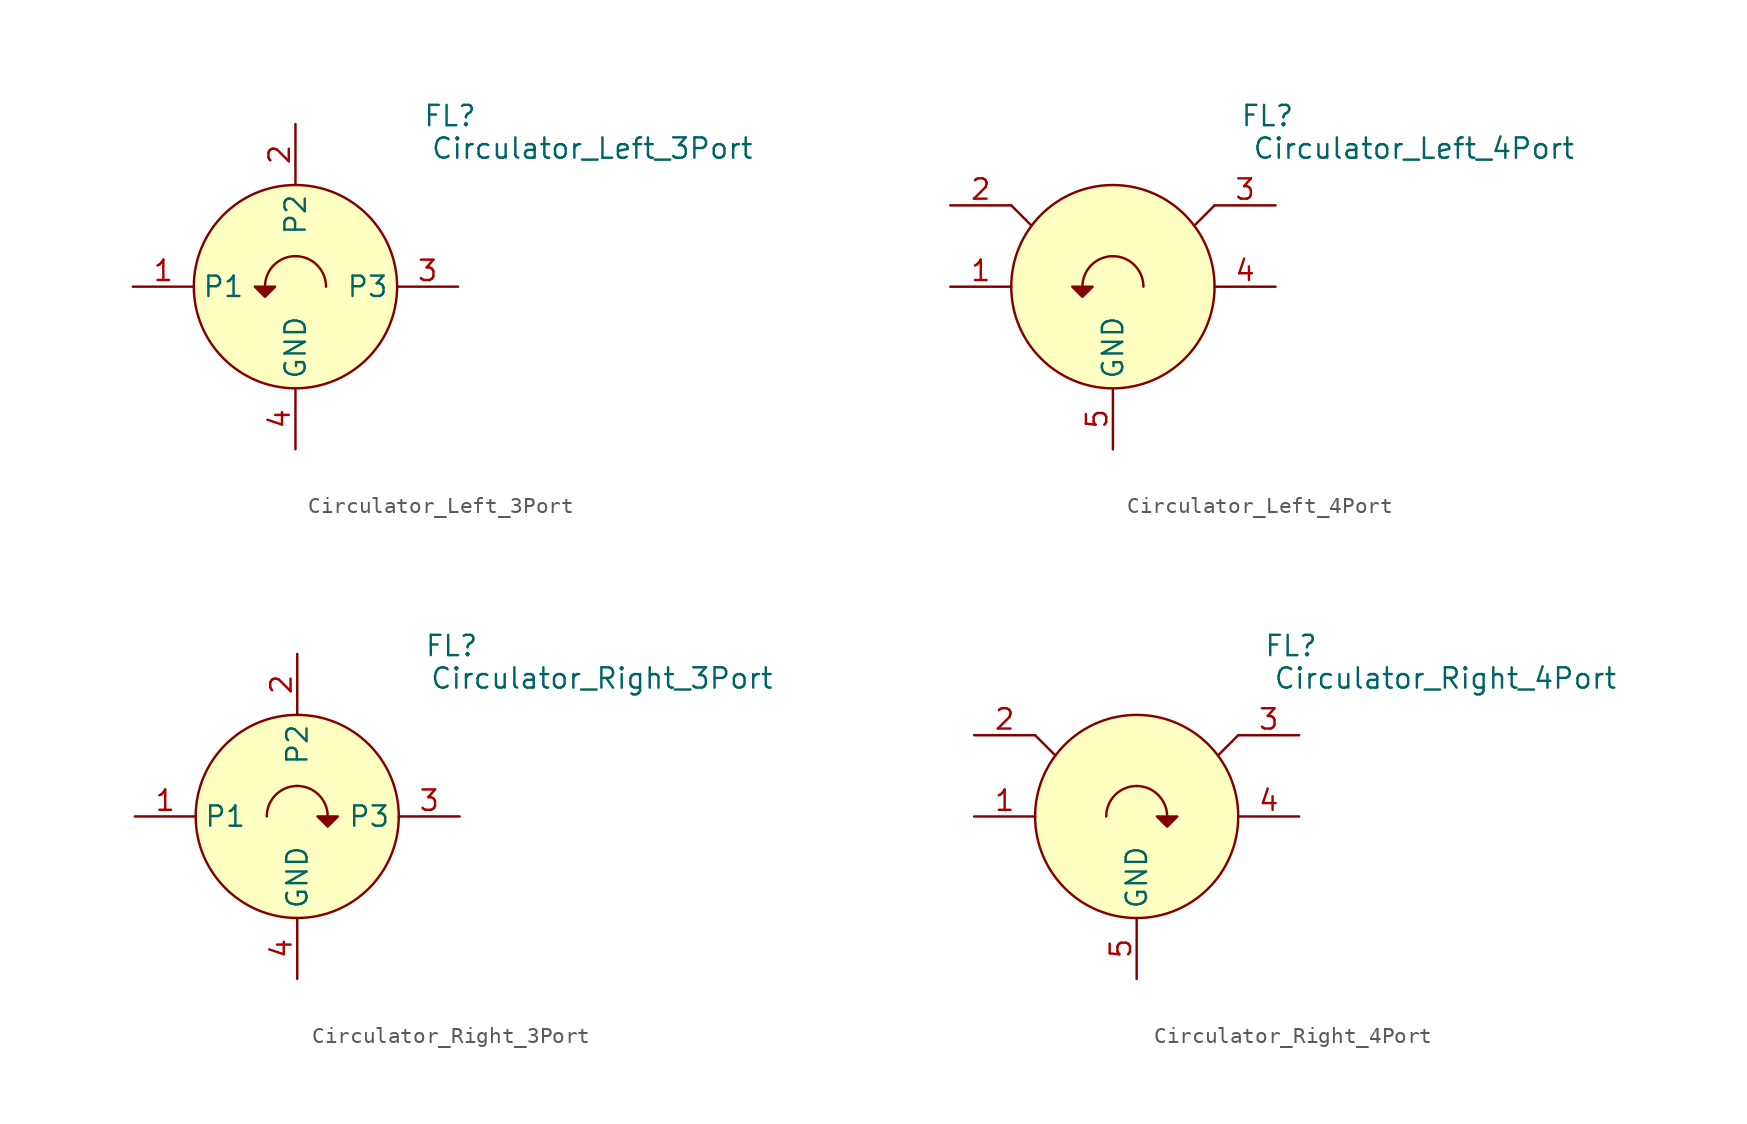
<source format=kicad_sym>
(kicad_symbol_lib
  (version 20241209)
  (generator "kicad_symbol_editor")
  (generator_version "9.0")
  (symbol "Circulator_Left_3Port"
    (property "Reference" "FL"
      (at 9.652 10.668 0)
      (effects (font (size 1.27 1.27))))
    (property "Value" "Circulator_Left_3Port"
      (at 18.542 8.636 0)
      (effects (font (size 1.27 1.27))))
    (symbol "Circulator_Left_3Port_0_1"
      (arc (start -1.905 0) (mid -1.347 1.347) (end 0 1.905) (stroke (width 0) (type default)) (fill (type none)))
      (arc (start 0 1.905) (mid 1.347 1.347) (end 1.905 0) (stroke (width 0) (type default)) (fill (type none))))
    (symbol "Circulator_Left_3Port_1_1"
      (polyline (pts (xy -2.54 0) (xy -1.27 0) (xy -1.905 -0.635) (xy -2.54 0)) (stroke (width 0) (type solid)) (fill (type outline)))
      (circle (center 0 0) (radius 6.35) (stroke (width 0) (type solid)) (fill (type background)))
      (pin passive line (at -10.16 0 0) (length 3.81) (name "P1" (effects (font (size 1.27 1.27)))) (number "1" (effects (font (size 1.27 1.27)))))
      (pin passive line (at 0 10.16 270) (length 3.81) (name "P2" (effects (font (size 1.27 1.27)))) (number "2" (effects (font (size 1.27 1.27)))))
      (pin passive line (at 0 -10.16 90) (length 3.81) (name "GND" (effects (font (size 1.27 1.27)))) (number "4" (effects (font (size 1.27 1.27)))))
      (pin passive line (at 10.16 0 180) (length 3.81) (name "P3" (effects (font (size 1.27 1.27)))) (number "3" (effects (font (size 1.27 1.27)))))))
  (symbol "Circulator_Left_4Port"
    (property "Reference" "FL"
      (at 9.652 10.668 0)
      (effects (font (size 1.27 1.27))))
    (property "Value" "Circulator_Left_4Port"
      (at 18.796 8.636 0)
      (effects (font (size 1.27 1.27))))
    (symbol "Circulator_Left_4Port_0_1"
      (polyline (pts (xy -6.35 5.08) (xy -5.08 3.81)) (stroke (width 0) (type default)) (fill (type none)))
      (arc (start -1.905 0) (mid -1.347 1.347) (end 0 1.905) (stroke (width 0) (type default)) (fill (type none)))
      (arc (start 0 1.905) (mid 1.347 1.347) (end 1.905 0) (stroke (width 0) (type default)) (fill (type none)))
      (polyline (pts (xy 6.35 5.08) (xy 5.08 3.81)) (stroke (width 0) (type default)) (fill (type none))))
    (symbol "Circulator_Left_4Port_1_1"
      (polyline (pts (xy -2.54 0) (xy -1.27 0) (xy -1.905 -0.635) (xy -2.54 0)) (stroke (width 0) (type solid)) (fill (type outline)))
      (circle (center 0 0) (radius 6.35) (stroke (width 0) (type solid)) (fill (type background)))
      (pin passive line (at -10.16 5.08 0) (length 3.81) (name "" (effects (font (size 1.27 1.27)))) (number "2" (effects (font (size 1.27 1.27)))))
      (pin passive line (at -10.16 0 0) (length 3.81) (name "" (effects (font (size 1.27 1.27)))) (number "1" (effects (font (size 1.27 1.27)))))
      (pin passive line (at 0 -10.16 90) (length 3.81) (name "GND" (effects (font (size 1.27 1.27)))) (number "5" (effects (font (size 1.27 1.27)))))
      (pin passive line (at 10.16 5.08 180) (length 3.81) (name "" (effects (font (size 1.27 1.27)))) (number "3" (effects (font (size 1.27 1.27)))))
      (pin passive line (at 10.16 0 180) (length 3.81) (name "" (effects (font (size 1.27 1.27)))) (number "4" (effects (font (size 1.27 1.27)))))))
  (symbol "Circulator_Right_3Port"
    (property "Reference" "FL"
      (at 9.652 10.668 0)
      (effects (font (size 1.27 1.27))))
    (property "Value" "Circulator_Right_3Port"
      (at 19.05 8.636 0)
      (effects (font (size 1.27 1.27))))
    (symbol "Circulator_Right_3Port_0_1"
      (arc (start 0.0001 1.9051) (mid 1.3471 1.3471) (end 1.9051 0.0001) (stroke (width 0) (type default)) (fill (type none)))
      (arc (start -1.9049 0.0001) (mid -1.3469 1.3471) (end 0.0001 1.9051) (stroke (width 0) (type default)) (fill (type none))))
    (symbol "Circulator_Right_3Port_1_1"
      (circle (center 0 0) (radius 6.35) (stroke (width 0) (type solid)) (fill (type background)))
      (polyline (pts (xy 1.27 0) (xy 2.54 0) (xy 1.905 -0.635) (xy 1.27 0)) (stroke (width 0) (type solid)) (fill (type outline)))
      (pin passive line (at -10.16 0 0) (length 3.81) (name "P1" (effects (font (size 1.27 1.27)))) (number "1" (effects (font (size 1.27 1.27)))))
      (pin passive line (at 0 10.16 270) (length 3.81) (name "P2" (effects (font (size 1.27 1.27)))) (number "2" (effects (font (size 1.27 1.27)))))
      (pin passive line (at 0 -10.16 90) (length 3.81) (name "GND" (effects (font (size 1.27 1.27)))) (number "4" (effects (font (size 1.27 1.27)))))
      (pin passive line (at 10.16 0 180) (length 3.81) (name "P3" (effects (font (size 1.27 1.27)))) (number "3" (effects (font (size 1.27 1.27)))))))
  (symbol "Circulator_Right_4Port"
    (property "Reference" "FL"
      (at 9.652 10.668 0)
      (effects (font (size 1.27 1.27))))
    (property "Value" "Circulator_Right_4Port"
      (at 19.304 8.636 0)
      (effects (font (size 1.27 1.27))))
    (symbol "Circulator_Right_4Port_0_1"
      (polyline (pts (xy -6.35 5.08) (xy -5.08 3.81)) (stroke (width 0) (type default)) (fill (type none)))
      (arc (start -1.905 0) (mid -1.347 1.347) (end 0 1.905) (stroke (width 0) (type default)) (fill (type none)))
      (arc (start 0 1.905) (mid 1.347 1.347) (end 1.905 0) (stroke (width 0) (type default)) (fill (type none)))
      (polyline (pts (xy 6.35 5.08) (xy 5.08 3.81)) (stroke (width 0) (type default)) (fill (type none))))
    (symbol "Circulator_Right_4Port_1_1"
      (circle (center 0 0) (radius 6.35) (stroke (width 0) (type solid)) (fill (type background)))
      (polyline (pts (xy 1.27 0) (xy 2.54 0) (xy 1.905 -0.635) (xy 1.27 0)) (stroke (width 0) (type solid)) (fill (type outline)))
      (pin passive line (at -10.16 5.08 0) (length 3.81) (name "" (effects (font (size 1.27 1.27)))) (number "2" (effects (font (size 1.27 1.27)))))
      (pin passive line (at -10.16 0 0) (length 3.81) (name "" (effects (font (size 1.27 1.27)))) (number "1" (effects (font (size 1.27 1.27)))))
      (pin passive line (at 0 -10.16 90) (length 3.81) (name "GND" (effects (font (size 1.27 1.27)))) (number "5" (effects (font (size 1.27 1.27)))))
      (pin passive line (at 10.16 5.08 180) (length 3.81) (name "" (effects (font (size 1.27 1.27)))) (number "3" (effects (font (size 1.27 1.27)))))
      (pin passive line (at 10.16 0 180) (length 3.81) (name "" (effects (font (size 1.27 1.27)))) (number "4" (effects (font (size 1.27 1.27))))))))
</source>
